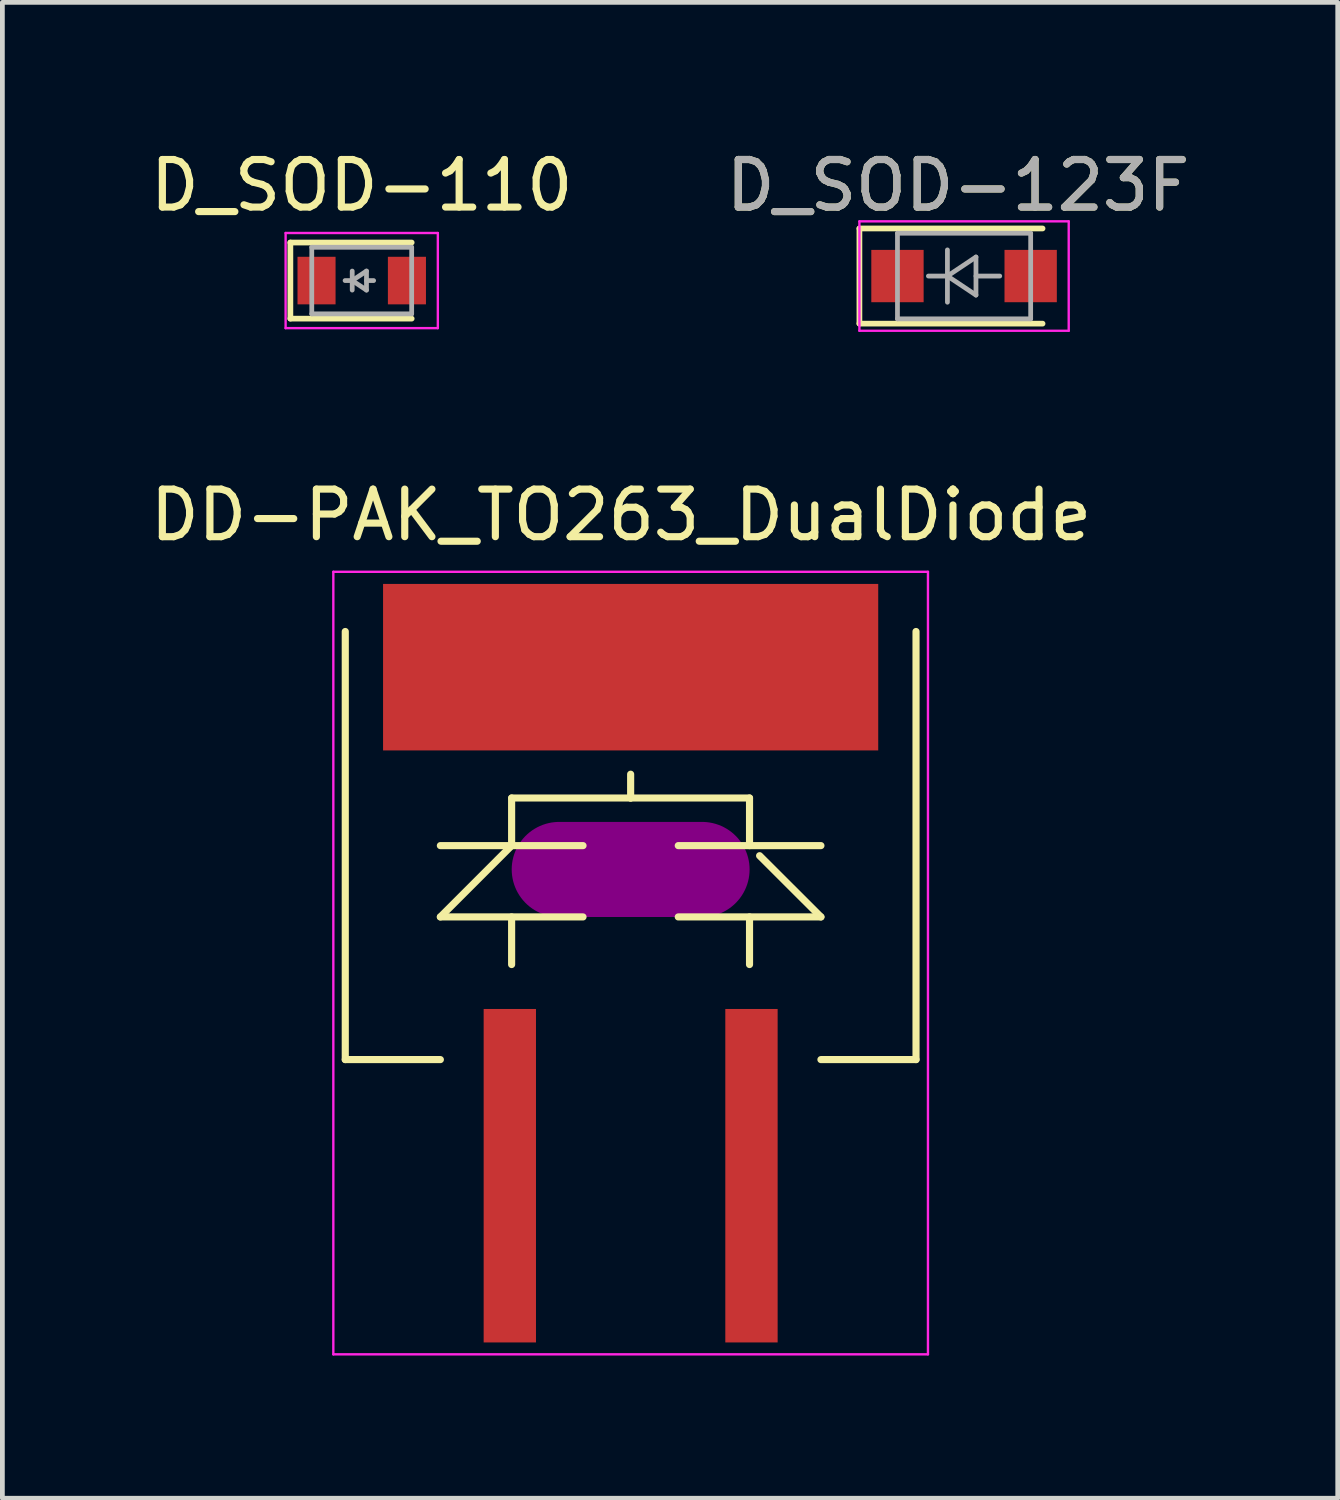
<source format=kicad_pcb>
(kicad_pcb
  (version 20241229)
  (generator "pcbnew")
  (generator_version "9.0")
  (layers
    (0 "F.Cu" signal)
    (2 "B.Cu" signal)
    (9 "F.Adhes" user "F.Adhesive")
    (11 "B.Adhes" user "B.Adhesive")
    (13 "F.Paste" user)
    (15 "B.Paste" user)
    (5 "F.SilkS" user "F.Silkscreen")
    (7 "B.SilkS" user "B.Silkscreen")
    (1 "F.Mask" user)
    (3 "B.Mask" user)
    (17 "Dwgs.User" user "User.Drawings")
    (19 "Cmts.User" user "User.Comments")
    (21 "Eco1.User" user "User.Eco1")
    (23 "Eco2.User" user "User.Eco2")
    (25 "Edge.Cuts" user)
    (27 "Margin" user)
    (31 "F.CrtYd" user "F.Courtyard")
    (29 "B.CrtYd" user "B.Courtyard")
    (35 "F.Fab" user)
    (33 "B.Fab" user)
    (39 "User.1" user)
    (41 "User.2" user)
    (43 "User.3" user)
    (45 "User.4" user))
  (footprint "D_SOD-110"
    (layer "F.Cu")
    (at 4.554 2.848)
    (property "Reference" "D_SOD-110" (at 0 -2 0) (layer "F.SilkS") (effects (font (size 1 1) (thickness 0.15))))
    (attr smd)
    (fp_line (start -1.5 -0.8) (end -1.5 0.8) (stroke (width 0.12) (type solid)) (layer "F.SilkS"))
    (fp_line (start -1.5 -0.8) (end 1.05 -0.8) (stroke (width 0.12) (type solid)) (layer "F.SilkS"))
    (fp_line (start -1.5 0.8) (end 1.05 0.8) (stroke (width 0.12) (type solid)) (layer "F.SilkS"))
    (fp_line (start -1.6 -1) (end -1.6 1) (stroke (width 0.05) (type solid)) (layer "F.CrtYd"))
    (fp_line (start -1.6 -1) (end 1.6 -1) (stroke (width 0.05) (type solid)) (layer "F.CrtYd"))
    (fp_line (start 1.6 -1) (end 1.6 1) (stroke (width 0.05) (type solid)) (layer "F.CrtYd"))
    (fp_line (start 1.6 1) (end -1.6 1) (stroke (width 0.05) (type solid)) (layer "F.CrtYd"))
    (fp_line (start -1.05 -0.7) (end -1.05 0.7) (stroke (width 0.1) (type solid)) (layer "F.Fab"))
    (fp_line (start -1.05 0.7) (end 1.05 0.7) (stroke (width 0.1) (type solid)) (layer "F.Fab"))
    (fp_line (start -0.2 0) (end -0.35 0) (stroke (width 0.1) (type solid)) (layer "F.Fab"))
    (fp_line (start -0.2 0) (end 0.1 0.2) (stroke (width 0.1) (type solid)) (layer "F.Fab"))
    (fp_line (start -0.2 0.2) (end -0.2 -0.2) (stroke (width 0.1) (type solid)) (layer "F.Fab"))
    (fp_line (start 0.1 -0.2) (end -0.2 0) (stroke (width 0.1) (type solid)) (layer "F.Fab"))
    (fp_line (start 0.1 0) (end 0.25 0) (stroke (width 0.1) (type solid)) (layer "F.Fab"))
    (fp_line (start 0.1 0.2) (end 0.1 -0.2) (stroke (width 0.1) (type solid)) (layer "F.Fab"))
    (fp_line (start 1.05 -0.7) (end -1.05 -0.7) (stroke (width 0.1) (type solid)) (layer "F.Fab"))
    (fp_line (start 1.05 0.7) (end 1.05 -0.7) (stroke (width 0.1) (type solid)) (layer "F.Fab"))
    (pad "1" smd rect (at -0.95 0) (size 0.8 1) (layers "F.Cu" "F.Mask" "F.Paste"))
    (pad "2" smd rect (at 0.95 0) (size 0.8 1) (layers "F.Cu" "F.Mask" "F.Paste")))
  (footprint "DD-PAK_TO263_DualDiode"
    (layer "F.Cu")
    (at 10.207 16.32)
    (property "Reference" "DD-PAK_TO263_DualDiode" (at -0.201 -8.543 0) (layer "F.SilkS") (effects (font (size 1 1) (thickness 0.15))))
    (attr smd)
    (fp_line (start -5.999 -6.095) (end -5.999 2.904) (stroke (width 0.15) (type solid)) (layer "F.SilkS"))
    (fp_line (start -5.999 2.904) (end -4 2.904) (stroke (width 0.15) (type solid)) (layer "F.SilkS"))
    (fp_line (start -4 -1.594) (end -1.001 -1.594) (stroke (width 0.15) (type solid)) (layer "F.SilkS"))
    (fp_line (start -4 -0.095) (end -1.001 -0.095) (stroke (width 0.15) (type solid)) (layer "F.SilkS"))
    (fp_line (start -2.502 -1.594) (end -4 -0.095) (stroke (width 0.15) (type solid)) (layer "F.SilkS"))
    (fp_line (start -2.502 -1.594) (end -2.502 -2.595) (stroke (width 0.15) (type solid)) (layer "F.SilkS"))
    (fp_line (start -2.502 -0.095) (end -2.502 0.906) (stroke (width 0.15) (type solid)) (layer "F.SilkS"))
    (fp_line (start -2.499 -2.595) (end 0 -2.595) (stroke (width 0.15) (type solid)) (layer "F.SilkS"))
    (fp_line (start 0 -2.595) (end 0 -3.095) (stroke (width 0.15) (type solid)) (layer "F.SilkS"))
    (fp_line (start 1.001 -1.594) (end 4 -1.594) (stroke (width 0.15) (type solid)) (layer "F.SilkS"))
    (fp_line (start 1.001 -0.095) (end 4 -0.095) (stroke (width 0.15) (type solid)) (layer "F.SilkS"))
    (fp_line (start 2.499 -2.595) (end 0 -2.595) (stroke (width 0.15) (type solid)) (layer "F.SilkS"))
    (fp_line (start 2.499 -1.594) (end 2.499 -2.595) (stroke (width 0.15) (type solid)) (layer "F.SilkS"))
    (fp_line (start 2.499 -0.095) (end 2.499 0.906) (stroke (width 0.15) (type solid)) (layer "F.SilkS"))
    (fp_line (start 2.711 -1.382) (end 4 -0.095) (stroke (width 0.15) (type solid)) (layer "F.SilkS"))
    (fp_line (start 4 2.904) (end 5.999 2.904) (stroke (width 0.15) (type solid)) (layer "F.SilkS"))
    (fp_line (start 5.999 2.904) (end 5.999 -6.095) (stroke (width 0.15) (type solid)) (layer "F.SilkS"))
    (fp_line (start -6.25 -7.35) (end 6.25 -7.35) (stroke (width 0.05) (type solid)) (layer "F.CrtYd"))
    (fp_line (start -6.25 9.1) (end -6.25 -7.35) (stroke (width 0.05) (type solid)) (layer "F.CrtYd"))
    (fp_line (start 6.25 -7.35) (end 6.25 9.1) (stroke (width 0.05) (type solid)) (layer "F.CrtYd"))
    (fp_line (start 6.25 9.1) (end -6.25 9.1) (stroke (width 0.05) (type solid)) (layer "F.CrtYd"))
    (pad "" smd oval (at 0 -1.093) (size 5.001 1.999) (layers "F.Adhes"))
    (pad "1" smd rect (at -2.54 5.345) (size 1.1 7.01) (layers "F.Cu" "F.Mask" "F.Paste"))
    (pad "2" smd rect (at 0 -5.345) (size 10.409 3.5) (layers "F.Cu" "F.Mask" "F.Paste"))
    (pad "3" smd rect (at 2.54 5.345) (size 1.1 7.01) (layers "F.Cu" "F.Mask" "F.Paste")))
  (footprint "D_SOD-123F"
    (layer "F.Cu")
    (at 17.216 2.753)
    (property "Reference" "D_SOD-123F" (at -0.127 -1.905 0) (layer "F.SilkS") (effects (font (size 1 1) (thickness 0.15))))
    (attr smd)
    (fp_line (start -2.2 -1) (end -2.2 1) (stroke (width 0.12) (type solid)) (layer "F.SilkS"))
    (fp_line (start -2.2 -1) (end 1.65 -1) (stroke (width 0.12) (type solid)) (layer "F.SilkS"))
    (fp_line (start -2.2 1) (end 1.65 1) (stroke (width 0.12) (type solid)) (layer "F.SilkS"))
    (fp_line (start -2.2 -1.15) (end -2.2 1.15) (stroke (width 0.05) (type solid)) (layer "F.CrtYd"))
    (fp_line (start -2.2 -1.15) (end 2.2 -1.15) (stroke (width 0.05) (type solid)) (layer "F.CrtYd"))
    (fp_line (start 2.2 -1.15) (end 2.2 1.15) (stroke (width 0.05) (type solid)) (layer "F.CrtYd"))
    (fp_line (start 2.2 1.15) (end -2.2 1.15) (stroke (width 0.05) (type solid)) (layer "F.CrtYd"))
    (fp_line (start -1.4 -0.9) (end 1.4 -0.9) (stroke (width 0.1) (type solid)) (layer "F.Fab"))
    (fp_line (start -1.4 0.9) (end -1.4 -0.9) (stroke (width 0.1) (type solid)) (layer "F.Fab"))
    (fp_line (start -0.75 0) (end -0.35 0) (stroke (width 0.1) (type solid)) (layer "F.Fab"))
    (fp_line (start -0.35 0) (end -0.35 -0.55) (stroke (width 0.1) (type solid)) (layer "F.Fab"))
    (fp_line (start -0.35 0) (end -0.35 0.55) (stroke (width 0.1) (type solid)) (layer "F.Fab"))
    (fp_line (start -0.35 0) (end 0.25 -0.4) (stroke (width 0.1) (type solid)) (layer "F.Fab"))
    (fp_line (start 0.25 -0.4) (end 0.25 0.4) (stroke (width 0.1) (type solid)) (layer "F.Fab"))
    (fp_line (start 0.25 0) (end 0.75 0) (stroke (width 0.1) (type solid)) (layer "F.Fab"))
    (fp_line (start 0.25 0.4) (end -0.35 0) (stroke (width 0.1) (type solid)) (layer "F.Fab"))
    (fp_line (start 1.4 -0.9) (end 1.4 0.9) (stroke (width 0.1) (type solid)) (layer "F.Fab"))
    (fp_line (start 1.4 0.9) (end -1.4 0.9) (stroke (width 0.1) (type solid)) (layer "F.Fab"))
    (fp_text user "${REFERENCE}" (at -0.127 -1.905 0) (layer "F.Fab") (effects (font (size 1 1) (thickness 0.15))))
    (pad "1" smd rect (at -1.4 0) (size 1.1 1.1) (layers "F.Cu" "F.Mask" "F.Paste"))
    (pad "2" smd rect (at 1.4 0) (size 1.1 1.1) (layers "F.Cu" "F.Mask" "F.Paste")))
  (gr_rect
    (start -3 -3)
    (end 25.071 28.445)
    (stroke (width 0.1) (type default))
    (fill no)
    (layer "Edge.Cuts")))
</source>
